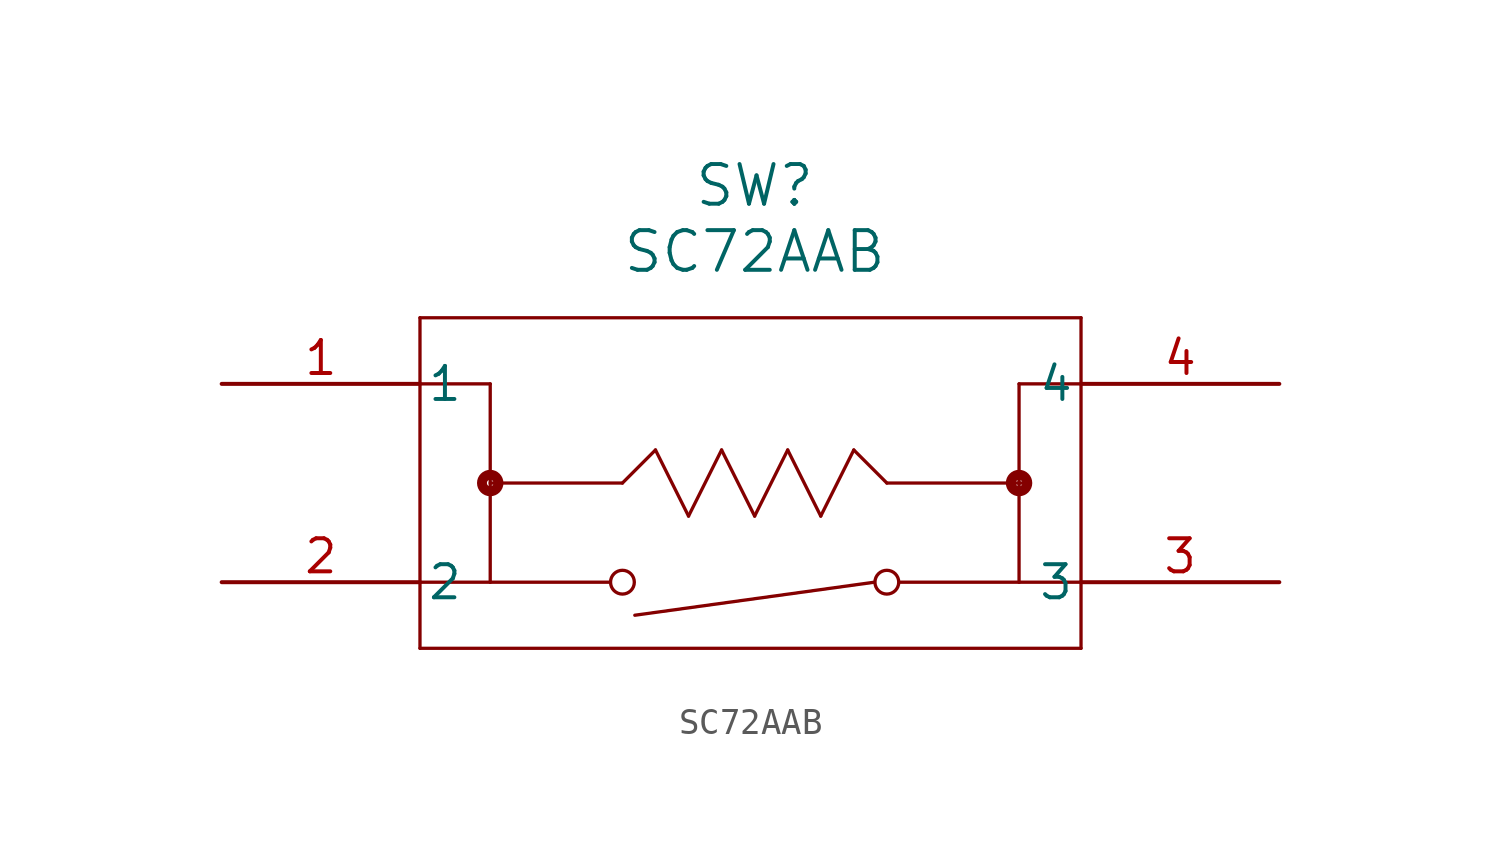
<source format=kicad_sym>
(kicad_symbol_lib
  (version 20211014)
  (generator kicad_symbol_editor)
  (symbol "SC72AAB"
    (pin_names
      (offset 0.254))
    (property "Reference" "SW"
      (at 20.479 7.62 0)
      (effects (font (size 1.524 1.524))))
    (property "Value" "SC72AAB"
      (at 20.479 5.08 0)
      (effects (font (size 1.524 1.524))))
    (symbol "SC72AAB_0_1"
      (polyline (pts (xy 7.62 2.54) (xy 7.62 -10.16)) (stroke (width 0.127) (type default) (color 0 0 0 0)) (fill (type none)))
      (polyline (pts (xy 7.62 -10.16) (xy 33.02 -10.16)) (stroke (width 0.127) (type default) (color 0 0 0 0)) (fill (type none)))
      (polyline (pts (xy 33.02 -10.16) (xy 33.02 2.54)) (stroke (width 0.127) (type default) (color 0 0 0 0)) (fill (type none)))
      (polyline (pts (xy 33.02 2.54) (xy 7.62 2.54)) (stroke (width 0.127) (type default) (color 0 0 0 0)) (fill (type none)))
      (polyline (pts (xy 7.62 0) (xy 10.319 0)) (stroke (width 0.127) (type default) (color 0 0 0 0)) (fill (type none)))
      (polyline (pts (xy 10.319 0) (xy 10.319 -7.62)) (stroke (width 0.127) (type default) (color 0 0 0 0)) (fill (type none)))
      (polyline (pts (xy 7.62 -7.62) (xy 10.319 -7.62)) (stroke (width 0.127) (type default) (color 0 0 0 0)) (fill (type none)))
      (polyline (pts (xy 10.319 -3.81) (xy 15.399 -3.81)) (stroke (width 0.127) (type default) (color 0 0 0 0)) (fill (type none)))
      (polyline (pts (xy 33.02 0) (xy 30.639 0)) (stroke (width 0.127) (type default) (color 0 0 0 0)) (fill (type none)))
      (polyline (pts (xy 30.639 0) (xy 30.639 -7.62)) (stroke (width 0.127) (type default) (color 0 0 0 0)) (fill (type none)))
      (polyline (pts (xy 30.639 -7.62) (xy 33.02 -7.62)) (stroke (width 0.127) (type default) (color 0 0 0 0)) (fill (type none)))
      (polyline (pts (xy 30.639 -7.62) (xy 26.035 -7.62)) (stroke (width 0.127) (type default) (color 0 0 0 0)) (fill (type none)))
      (polyline (pts (xy 25.082 -7.62) (xy 15.875 -8.89)) (stroke (width 0.127) (type default) (color 0 0 0 0)) (fill (type none)))
      (polyline (pts (xy 10.319 -7.62) (xy 14.922 -7.62)) (stroke (width 0.127) (type default) (color 0 0 0 0)) (fill (type none)))
      (circle (center 10.319 -3.81) (radius 0.127) (stroke (width 0.381) (type default) (color 0 0 0 0)) (fill (type none)))
      (polyline (pts (xy 15.399 -3.81) (xy 16.669 -2.54)) (stroke (width 0.127) (type default) (color 0 0 0 0)) (fill (type none)))
      (circle (center 30.639 -3.81) (radius 0.127) (stroke (width 0.381) (type default) (color 0 0 0 0)) (fill (type none)))
      (polyline (pts (xy 16.669 -2.54) (xy 17.939 -5.08)) (stroke (width 0.127) (type default) (color 0 0 0 0)) (fill (type none)))
      (polyline (pts (xy 17.939 -5.08) (xy 19.209 -2.54)) (stroke (width 0.127) (type default) (color 0 0 0 0)) (fill (type none)))
      (polyline (pts (xy 19.209 -2.54) (xy 20.479 -5.08)) (stroke (width 0.127) (type default) (color 0 0 0 0)) (fill (type none)))
      (polyline (pts (xy 20.479 -5.08) (xy 21.749 -2.54)) (stroke (width 0.127) (type default) (color 0 0 0 0)) (fill (type none)))
      (polyline (pts (xy 21.749 -2.54) (xy 23.019 -5.08)) (stroke (width 0.127) (type default) (color 0 0 0 0)) (fill (type none)))
      (polyline (pts (xy 23.019 -5.08) (xy 24.289 -2.54)) (stroke (width 0.127) (type default) (color 0 0 0 0)) (fill (type none)))
      (polyline (pts (xy 24.289 -2.54) (xy 25.559 -3.81)) (stroke (width 0.127) (type default) (color 0 0 0 0)) (fill (type none)))
      (polyline (pts (xy 25.559 -3.81) (xy 30.766 -3.81)) (stroke (width 0.127) (type default) (color 0 0 0 0)) (fill (type none)))
      (circle (center 15.399 -7.62) (radius 0.457) (stroke (width 0.127) (type default) (color 0 0 0 0)) (fill (type none)))
      (circle (center 25.559 -7.62) (radius 0.457) (stroke (width 0.127) (type default) (color 0 0 0 0)) (fill (type none)))
      (pin unspecified line (at 0 0 0) (length 7.62) (name "1" (effects (font (size 1.27 1.27)))) (number "1" (effects (font (size 1.27 1.27)))))
      (pin unspecified line (at 0 -7.62 0) (length 7.62) (name "2" (effects (font (size 1.27 1.27)))) (number "2" (effects (font (size 1.27 1.27)))))
      (pin unspecified line (at 40.64 -7.62 180) (length 7.62) (name "3" (effects (font (size 1.27 1.27)))) (number "3" (effects (font (size 1.27 1.27)))))
      (pin unspecified line (at 40.64 0 180) (length 7.62) (name "4" (effects (font (size 1.27 1.27)))) (number "4" (effects (font (size 1.27 1.27))))))))
</source>
